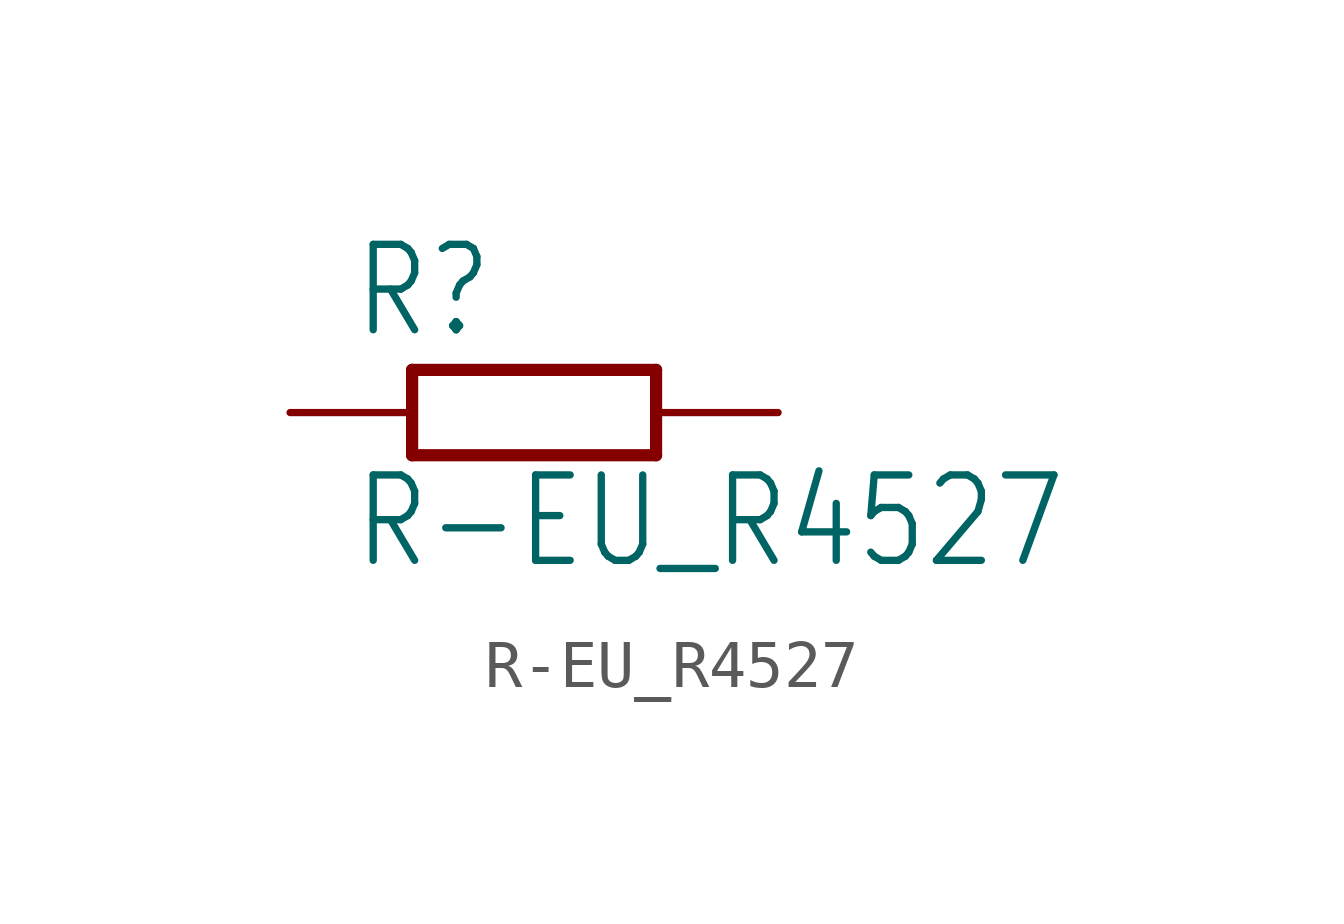
<source format=kicad_sym>
(kicad_symbol_lib
  (version 20211014)
  (generator kicad_symbol_editor)
  (symbol "R-EU_R4527"
    (property "Reference" "R"
      (at -3.81 1.499 0)
      (effects (font (size 1.778 1.511)) (justify left bottom)))
    (property "Value" "R-EU_R4527"
      (at -3.81 -3.302 0)
      (effects (font (size 1.778 1.511)) (justify left bottom)))
    (property "ki_locked" ""
      (at 0 0 0)
      (effects (font (size 1.27 1.27))))
    (symbol "R-EU_R4527_1_0"
      (polyline (pts (xy -2.54 -0.889) (xy -2.54 0.889)) (stroke (width 0.254) (type default) (color 0 0 0 0)) (fill (type none)))
      (polyline (pts (xy -2.54 -0.889) (xy 2.54 -0.889)) (stroke (width 0.254) (type default) (color 0 0 0 0)) (fill (type none)))
      (polyline (pts (xy 2.54 -0.889) (xy 2.54 0.889)) (stroke (width 0.254) (type default) (color 0 0 0 0)) (fill (type none)))
      (polyline (pts (xy 2.54 0.889) (xy -2.54 0.889)) (stroke (width 0.254) (type default) (color 0 0 0 0)) (fill (type none)))
      (pin passive line (at -5.08 0 0) (length 2.54) (name "1" (effects (font (size 0 0)))) (number "1" (effects (font (size 0 0)))))
      (pin passive line (at 5.08 0 180) (length 2.54) (name "2" (effects (font (size 0 0)))) (number "2" (effects (font (size 0 0))))))))
</source>
